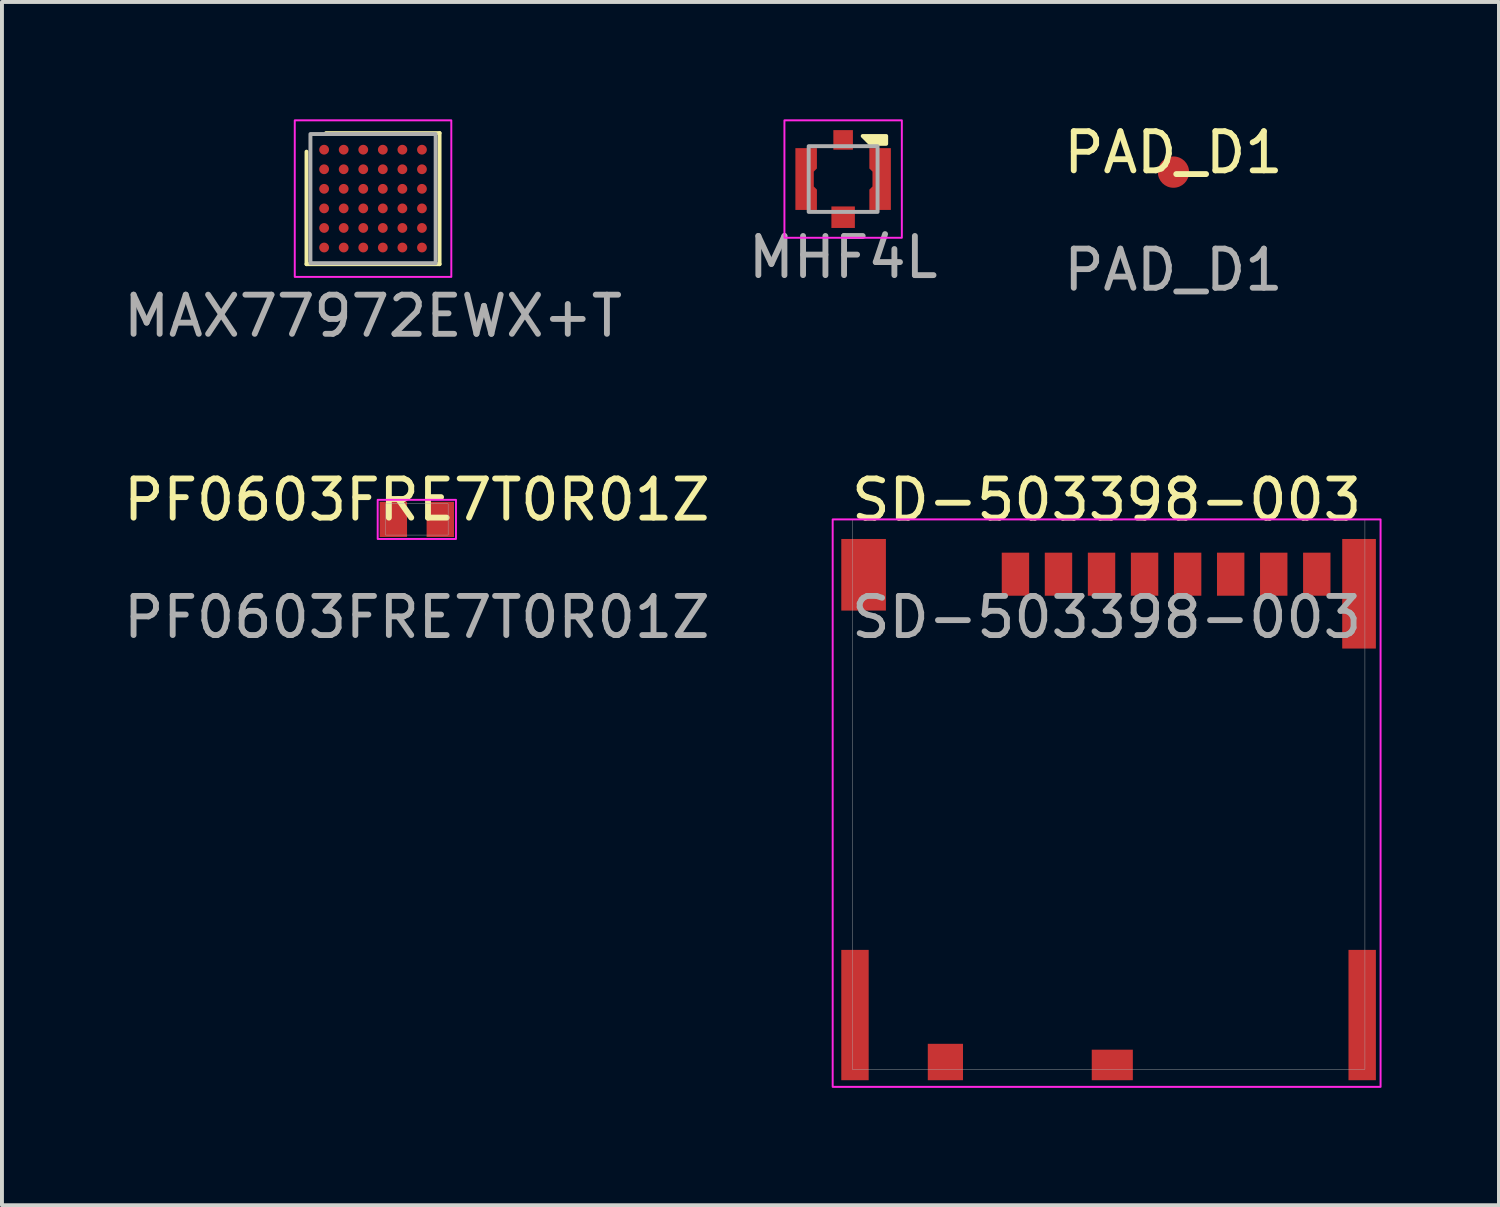
<source format=kicad_pcb>
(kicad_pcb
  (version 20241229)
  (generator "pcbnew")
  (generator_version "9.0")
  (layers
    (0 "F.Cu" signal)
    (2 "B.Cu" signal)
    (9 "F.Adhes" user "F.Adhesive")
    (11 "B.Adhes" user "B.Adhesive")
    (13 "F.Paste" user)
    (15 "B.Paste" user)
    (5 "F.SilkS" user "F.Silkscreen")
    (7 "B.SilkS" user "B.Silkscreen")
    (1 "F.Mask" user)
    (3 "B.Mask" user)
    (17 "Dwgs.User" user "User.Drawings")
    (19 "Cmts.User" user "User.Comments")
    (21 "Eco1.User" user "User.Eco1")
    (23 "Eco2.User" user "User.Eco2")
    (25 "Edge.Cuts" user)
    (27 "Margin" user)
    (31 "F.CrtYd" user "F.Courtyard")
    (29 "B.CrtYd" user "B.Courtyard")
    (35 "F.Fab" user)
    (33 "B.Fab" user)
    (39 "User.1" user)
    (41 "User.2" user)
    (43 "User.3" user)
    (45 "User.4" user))
  (footprint "SD-503398-003"
    (layer "F.Cu")
    (at 25.227 10.222)
    (property "Reference" "SD-503398-003" (at 0 -0.5 0) (unlocked yes) (layer "F.SilkS") (effects (font (size 1 1) (thickness 0.15))))
    (attr smd)
    (fp_rect (start -7 0) (end 7 14.5) (stroke (width 0.05) (type default)) (fill no) (layer "F.CrtYd"))
    (fp_rect (start -6.5 0) (end 6.6 14.05) (stroke (width 0.01) (type solid)) (fill no) (layer "F.Fab"))
    (fp_text user "${REFERENCE}" (at 0 2.5 0) (unlocked yes) (layer "F.Fab") (effects (font (size 1 1) (thickness 0.15))))
    (pad "1" smd rect (at -2.33 1.4) (size 0.7 1.1) (layers "F.Cu" "F.Mask" "F.Paste"))
    (pad "2" smd rect (at -1.23 1.4) (size 0.7 1.1) (layers "F.Cu" "F.Mask" "F.Paste"))
    (pad "3" smd rect (at -0.13 1.4) (size 0.7 1.1) (layers "F.Cu" "F.Mask" "F.Paste"))
    (pad "4" smd rect (at 0.97 1.4) (size 0.7 1.1) (layers "F.Cu" "F.Mask" "F.Paste"))
    (pad "5" smd rect (at 2.07 1.4) (size 0.7 1.1) (layers "F.Cu" "F.Mask" "F.Paste"))
    (pad "6" smd rect (at 3.17 1.4) (size 0.7 1.1) (layers "F.Cu" "F.Mask" "F.Paste"))
    (pad "7" smd rect (at 4.27 1.4) (size 0.7 1.1) (layers "F.Cu" "F.Mask" "F.Paste"))
    (pad "8" smd rect (at 5.37 1.4) (size 0.7 1.1) (layers "F.Cu" "F.Mask" "F.Paste"))
    (pad "9" smd rect (at -4.12 13.865) (size 0.9 0.93) (layers "F.Cu" "F.Mask" "F.Paste"))
    (pad "10" smd rect (at 0.145 13.94) (size 1.05 0.78) (layers "F.Cu" "F.Mask" "F.Paste"))
    (pad "MP" smd rect (at -6.43 12.665) (size 0.7 3.33) (layers "F.Cu" "F.Mask" "F.Paste"))
    (pad "MP" smd rect (at -6.21 1.415) (size 1.14 1.83) (layers "F.Cu" "F.Mask" "F.Paste"))
    (pad "MP" smd rect (at 6.45 1.9) (size 0.86 2.8) (layers "F.Cu" "F.Mask" "F.Paste"))
    (pad "MP" smd rect (at 6.53 12.665) (size 0.7 3.33) (layers "F.Cu" "F.Mask" "F.Paste"))
    (zone (net_name "") (layers "F.Cu" "B.Fab") (hatch edge 0.5) (connect_pads) (min_thickness 0.25) (filled_areas_thickness no) (keepout (tracks allowed) (vias allowed) (pads allowed) (copperpour not_allowed) (footprints allowed)) (placement (enabled no)) (fill) (polygon (pts (xy 18.447 16.122) (xy 18.447 18.521) (xy 19.147 18.521) (xy 19.147 16.122))))
    (zone (net_name "") (layers "F.Cu" "B.Fab") (hatch edge 0.5) (connect_pads) (min_thickness 0.25) (filled_areas_thickness no) (keepout (tracks allowed) (vias allowed) (pads allowed) (copperpour not_allowed) (footprints allowed)) (placement (enabled no)) (fill) (polygon (pts (xy 20.042 21.572) (xy 20.042 23.971) (xy 20.592 23.971) (xy 20.592 21.572))))
    (zone (net_name "") (layers "F.Cu" "B.Fab") (hatch edge 0.5) (connect_pads) (min_thickness 0.25) (filled_areas_thickness no) (keepout (tracks allowed) (vias allowed) (pads allowed) (copperpour not_allowed) (footprints allowed)) (placement (enabled no)) (fill) (polygon (pts (xy 22.057 23.622) (xy 22.057 24.172) (xy 22.607 24.172) (xy 22.607 23.622))))
    (zone (net_name "") (layers "F.Cu" "B.Fab") (hatch edge 0.5) (connect_pads) (min_thickness 0.25) (filled_areas_thickness no) (keepout (tracks allowed) (vias allowed) (pads allowed) (copperpour not_allowed) (footprints allowed)) (placement (enabled no)) (fill) (polygon (pts (xy 22.107 13.521) (xy 22.107 18.521) (xy 21.737 18.521) (xy 21.737 21.122) (xy 25.847 21.122) (xy 25.847 22.372) (xy 23.547 22.372) (xy 23.547 24.552) (xy 24.847 24.552) (xy 24.847 23.771) (xy 31.407 23.771) (xy 31.407 21.221) (xy 32.107 21.221) (xy 32.107 13.521)))))
  (footprint "PF0603FRE7T0R01Z"
    (layer "F.Cu")
    (at 7.601 10.222)
    (property "Reference" "PF0603FRE7T0R01Z" (at 0 -0.5 0) (unlocked yes) (layer "F.SilkS") (effects (font (size 1 1) (thickness 0.15))))
    (attr smd)
    (fp_rect (start -1 -0.5) (end 1 0.5) (stroke (width 0.05) (type default)) (fill no) (layer "F.CrtYd"))
    (fp_rect (start -0.8 -0.4) (end 0.8 0.4) (stroke (width 0.01) (type default)) (fill no) (layer "F.Fab"))
    (fp_text user "${REFERENCE}" (at 0 2.5 0) (unlocked yes) (layer "F.Fab") (effects (font (size 1 1) (thickness 0.15))))
    (pad "1" smd rect (at -0.6 0) (size 0.7 0.9) (layers "F.Cu" "F.Mask" "F.Paste"))
    (pad "2" smd rect (at 0.6 0) (size 0.7 0.9) (layers "F.Cu" "F.Mask" "F.Paste")))
  (footprint "MAX77972EWX+T"
    (layer "F.Cu")
    (at 6.482 2.025)
    (property "Reference" "MAX77972EWX+T" (at 0 3 0) (unlocked yes) (layer "F.SilkS") (effects (font (size 1 1) (thickness 0.1))))
    (attr smd)
    (fp_line (start -1.7 1.675) (end -1.7 -1.2) (stroke (width 0.1) (type default)) (layer "F.SilkS"))
    (fp_line (start -1.2 -1.675) (end 1.7 -1.675) (stroke (width 0.1) (type default)) (layer "F.SilkS"))
    (fp_line (start 1.7 -1.675) (end 1.7 1.675) (stroke (width 0.1) (type default)) (layer "F.SilkS"))
    (fp_line (start 1.7 1.675) (end -1.7 1.675) (stroke (width 0.1) (type default)) (layer "F.SilkS"))
    (fp_rect (start -2 -2) (end 2 2) (stroke (width 0.05) (type default)) (fill no) (layer "F.CrtYd"))
    (fp_rect (start -1.6 -1.65) (end 1.6 1.65) (stroke (width 0.1) (type default)) (fill no) (layer "F.Fab"))
    (fp_text user "${REFERENCE}" (at 0 3 0) (unlocked yes) (layer "F.Fab") (effects (font (size 1 1) (thickness 0.15))))
    (pad "A1" smd circle (at -1.25 -1.25) (size 0.25 0.25) (layers "F.Cu" "F.Mask" "F.Paste"))
    (pad "A2" smd circle (at -0.75 -1.25) (size 0.25 0.25) (layers "F.Cu" "F.Mask" "F.Paste"))
    (pad "A3" smd circle (at -0.25 -1.25) (size 0.25 0.25) (layers "F.Cu" "F.Mask" "F.Paste"))
    (pad "A4" smd circle (at 0.25 -1.25) (size 0.25 0.25) (layers "F.Cu" "F.Mask" "F.Paste"))
    (pad "A5" smd circle (at 0.75 -1.25) (size 0.25 0.25) (layers "F.Cu" "F.Mask" "F.Paste"))
    (pad "A6" smd circle (at 1.25 -1.25) (size 0.25 0.25) (layers "F.Cu" "F.Mask" "F.Paste"))
    (pad "B1" smd circle (at -1.25 -0.75) (size 0.25 0.25) (layers "F.Cu" "F.Mask" "F.Paste"))
    (pad "B2" smd circle (at -0.75 -0.75) (size 0.25 0.25) (layers "F.Cu" "F.Mask" "F.Paste"))
    (pad "B3" smd circle (at -0.25 -0.75) (size 0.25 0.25) (layers "F.Cu" "F.Mask" "F.Paste"))
    (pad "B4" smd circle (at 0.25 -0.75) (size 0.25 0.25) (layers "F.Cu" "F.Mask" "F.Paste"))
    (pad "B5" smd circle (at 0.75 -0.75) (size 0.25 0.25) (layers "F.Cu" "F.Mask" "F.Paste"))
    (pad "B6" smd circle (at 1.25 -0.75) (size 0.25 0.25) (layers "F.Cu" "F.Mask" "F.Paste"))
    (pad "C1" smd circle (at -1.25 -0.25) (size 0.25 0.25) (layers "F.Cu" "F.Mask" "F.Paste"))
    (pad "C2" smd circle (at -0.75 -0.25) (size 0.25 0.25) (layers "F.Cu" "F.Mask" "F.Paste"))
    (pad "C3" smd circle (at -0.25 -0.25) (size 0.25 0.25) (layers "F.Cu" "F.Mask" "F.Paste"))
    (pad "C4" smd circle (at 0.25 -0.25) (size 0.25 0.25) (layers "F.Cu" "F.Mask" "F.Paste"))
    (pad "C5" smd circle (at 0.75 -0.25) (size 0.25 0.25) (layers "F.Cu" "F.Mask" "F.Paste"))
    (pad "C6" smd circle (at 1.25 -0.25) (size 0.25 0.25) (layers "F.Cu" "F.Mask" "F.Paste"))
    (pad "D1" smd circle (at -1.25 0.25) (size 0.25 0.25) (layers "F.Cu" "F.Mask" "F.Paste"))
    (pad "D2" smd circle (at -0.75 0.25) (size 0.25 0.25) (layers "F.Cu" "F.Mask" "F.Paste"))
    (pad "D3" smd circle (at -0.25 0.25) (size 0.25 0.25) (layers "F.Cu" "F.Mask" "F.Paste"))
    (pad "D4" smd circle (at 0.25 0.25) (size 0.25 0.25) (layers "F.Cu" "F.Mask" "F.Paste"))
    (pad "D5" smd circle (at 0.75 0.25) (size 0.25 0.25) (layers "F.Cu" "F.Mask" "F.Paste"))
    (pad "D6" smd circle (at 1.25 0.25) (size 0.25 0.25) (layers "F.Cu" "F.Mask" "F.Paste"))
    (pad "E1" smd circle (at -1.25 0.75) (size 0.25 0.25) (layers "F.Cu" "F.Mask" "F.Paste"))
    (pad "E2" smd circle (at -0.75 0.75) (size 0.25 0.25) (layers "F.Cu" "F.Mask" "F.Paste"))
    (pad "E3" smd circle (at -0.25 0.75) (size 0.25 0.25) (layers "F.Cu" "F.Mask" "F.Paste"))
    (pad "E4" smd circle (at 0.25 0.75) (size 0.25 0.25) (layers "F.Cu" "F.Mask" "F.Paste"))
    (pad "E5" smd circle (at 0.75 0.75) (size 0.25 0.25) (layers "F.Cu" "F.Mask" "F.Paste"))
    (pad "E6" smd circle (at 1.25 0.75) (size 0.25 0.25) (layers "F.Cu" "F.Mask" "F.Paste"))
    (pad "F1" smd circle (at -1.25 1.25) (size 0.25 0.25) (layers "F.Cu" "F.Mask" "F.Paste"))
    (pad "F2" smd circle (at -0.75 1.25) (size 0.25 0.25) (layers "F.Cu" "F.Mask" "F.Paste"))
    (pad "F3" smd circle (at -0.25 1.25) (size 0.25 0.25) (layers "F.Cu" "F.Mask" "F.Paste"))
    (pad "F4" smd circle (at 0.25 1.25) (size 0.25 0.25) (layers "F.Cu" "F.Mask" "F.Paste"))
    (pad "F5" smd circle (at 0.75 1.25) (size 0.25 0.25) (layers "F.Cu" "F.Mask" "F.Paste"))
    (pad "F6" smd circle (at 1.25 1.25) (size 0.25 0.25) (layers "F.Cu" "F.Mask" "F.Paste")))
  (footprint "PAD_D1"
    (layer "F.Cu")
    (at 26.935 1.348)
    (property "Reference" "PAD_D1" (at 0 -0.5 0) (unlocked yes) (layer "F.SilkS") (effects (font (size 1 1) (thickness 0.15))))
    (attr smd)
    (fp_text user "${REFERENCE}" (at 0 2.5 0) (unlocked yes) (layer "F.Fab") (effects (font (size 1 1) (thickness 0.15))))
    (pad "1" smd circle (at 0 0) (size 0.8 0.8) (layers "F.Cu" "F.Mask" "F.Paste")))
  (footprint "MHF4L"
    (layer "F.Cu")
    (at 18.494 1.525)
    (property "Reference" "MHF4L" (at 0 2 0) (unlocked yes) (layer "F.SilkS") (effects (font (size 1 1) (thickness 0.1))))
    (attr smd)
    (fp_poly (pts (xy 0.5 -1.1) (xy 1.1 -1.1) (xy 1.1 -0.9) (xy 0.7 -0.9)) (stroke (width 0.1) (type solid)) (fill yes) (layer "F.SilkS"))
    (fp_rect (start -1.5 -1.5) (end 1.5 1.5) (stroke (width 0.05) (type default)) (fill no) (layer "F.CrtYd"))
    (fp_rect (start -0.88 -0.84) (end 0.88 0.84) (stroke (width 0.1) (type default)) (fill no) (layer "F.Fab"))
    (fp_poly (pts (xy -0.3 0.7) (xy 0.3 0.7) (xy 0.3 1.25) (xy -0.3 1.25)) (stroke (width 0.005) (type solid)) (fill no) (layer "User.2"))
    (fp_poly (pts (xy -0.25 -0.75) (xy 0.25 -0.75) (xy 0.25 -1.25) (xy -0.25 -1.25)) (stroke (width 0.005) (type solid)) (fill no) (layer "User.2"))
    (fp_poly (pts (xy -1.22 -0.79) (xy -1.22 0.79) (xy -0.67 0.79) (xy -0.67 0.27) (xy -0.75 0.19) (xy -0.75 -0.19) (xy -0.67 -0.27) (xy -0.67 -0.79)) (stroke (width 0.005) (type solid)) (fill no) (layer "User.2"))
    (fp_poly (pts (xy 1.22 -0.79) (xy 1.22 0.79) (xy 0.67 0.79) (xy 0.67 0.27) (xy 0.75 0.19) (xy 0.75 -0.19) (xy 0.67 -0.27) (xy 0.67 -0.79)) (stroke (width 0.005) (type solid)) (fill no) (layer "User.2"))
    (fp_poly (pts (xy -0.67 -0.79) (xy -0.25 -0.79) (xy -0.25 -0.75) (xy 0.25 -0.75) (xy 0.25 -0.79) (xy 0.67 -0.79) (xy 0.67 -0.27) (xy 0.75 -0.19) (xy 0.75 0.19) (xy 0.67 0.27) (xy 0.67 0.79) (xy 0.3 0.79) (xy 0.3 0.7) (xy -0.3 0.7) (xy -0.3 0.79) (xy -0.67 0.79) (xy -0.67 0.27) (xy -0.75 0.19) (xy -0.75 -0.19) (xy -0.67 -0.27)) (stroke (width 0.005) (type solid)) (fill no) (layer "User.2"))
    (fp_text user "${REFERENCE}" (at 0 2 0) (unlocked yes) (layer "F.Fab") (effects (font (size 1 1) (thickness 0.15))))
    (pad "" smd custom (at 0 -1) (size 0.2 0.2) (layers "F.Cu" "F.Mask" "F.Paste") (options (anchor rect)) (primitives (gr_poly (pts (xy -0.25 0.25) (xy 0.25 0.25) (xy 0.25 -0.25) (xy -0.25 -0.25)) (width 0) (fill yes))))
    (pad "1" smd custom (at 0 1) (size 0.2 0.2) (layers "F.Cu" "F.Mask" "F.Paste") (options (anchor rect)) (primitives (gr_poly (pts (xy -0.3 -0.3) (xy 0.3 -0.3) (xy 0.3 0.25) (xy -0.3 0.25)) (width 0) (fill yes))))
    (pad "2" smd custom (at -1 0 180) (size 0.2 0.2) (layers "F.Cu" "F.Mask" "F.Paste") (options (anchor rect)) (primitives (gr_poly (pts (xy 0.22 -0.79) (xy 0.22 0.79) (xy -0.33 0.79) (xy -0.33 0.27) (xy -0.25 0.19) (xy -0.25 -0.19) (xy -0.33 -0.27) (xy -0.33 -0.79)) (width 0) (fill yes))))
    (pad "2" smd custom (at 1 0) (size 0.2 0.2) (layers "F.Cu" "F.Mask" "F.Paste") (options (anchor rect)) (primitives (gr_poly (pts (xy 0.22 -0.79) (xy 0.22 0.79) (xy -0.33 0.79) (xy -0.33 0.27) (xy -0.25 0.19) (xy -0.25 -0.19) (xy -0.33 -0.27) (xy -0.33 -0.79)) (width 0) (fill yes)))))
  (gr_rect
    (start -3 -3)
    (end 35.252 27.747)
    (stroke (width 0.1) (type default))
    (fill no)
    (layer "Edge.Cuts")))
</source>
